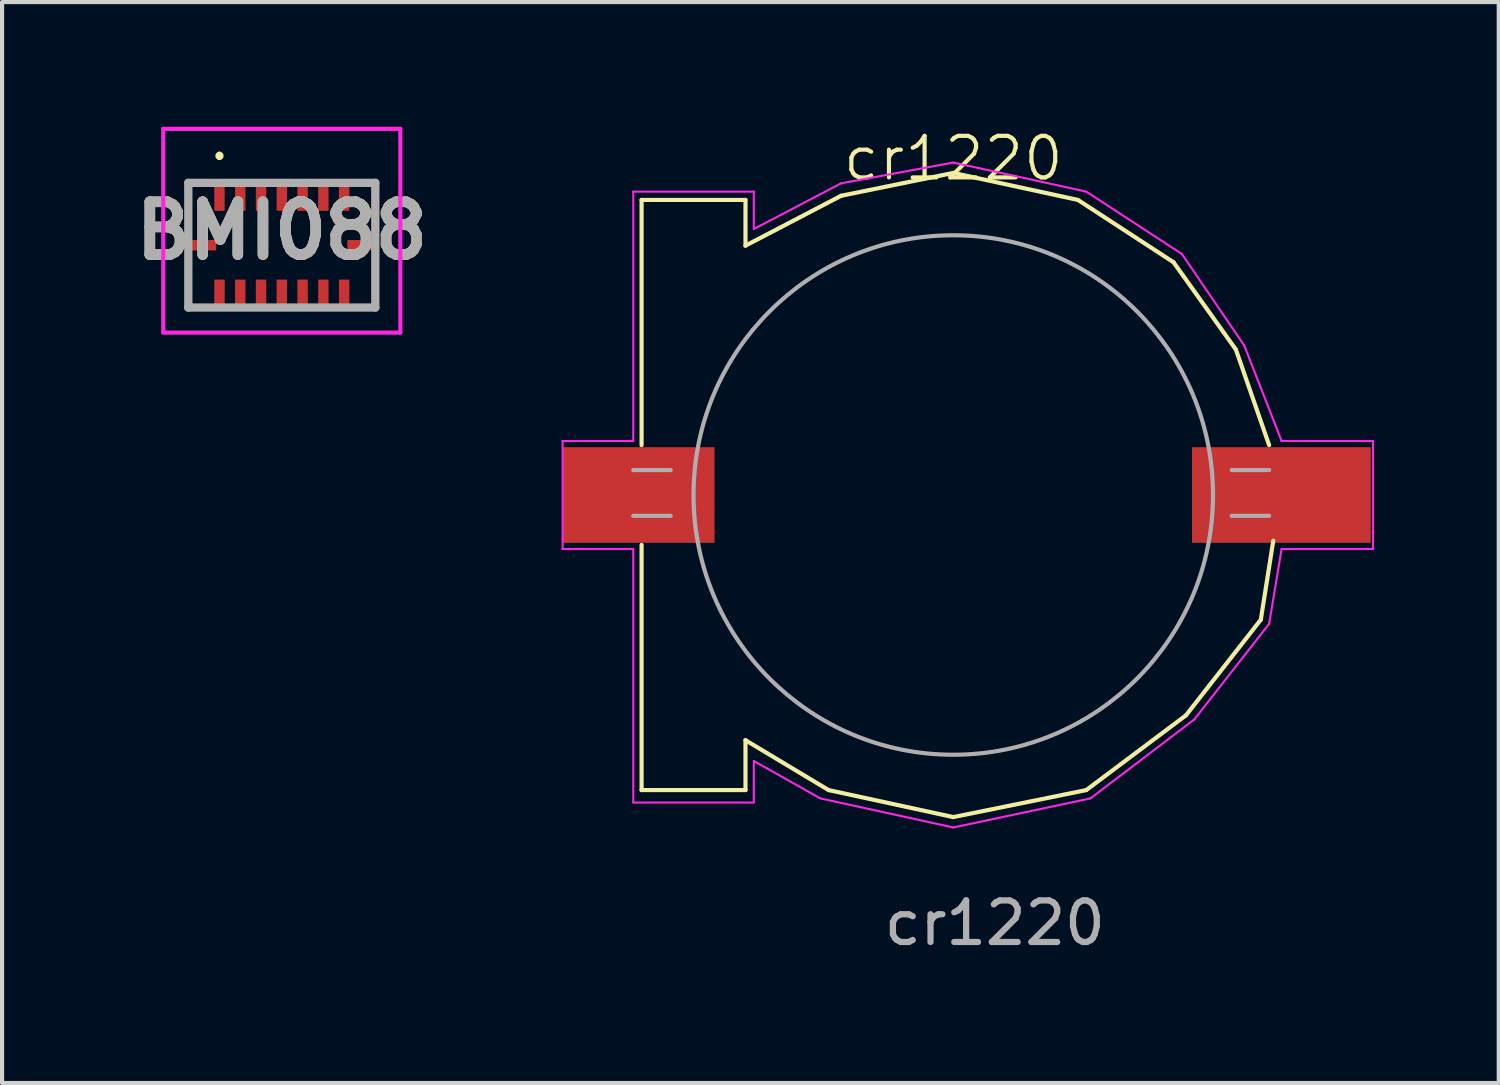
<source format=kicad_pcb>
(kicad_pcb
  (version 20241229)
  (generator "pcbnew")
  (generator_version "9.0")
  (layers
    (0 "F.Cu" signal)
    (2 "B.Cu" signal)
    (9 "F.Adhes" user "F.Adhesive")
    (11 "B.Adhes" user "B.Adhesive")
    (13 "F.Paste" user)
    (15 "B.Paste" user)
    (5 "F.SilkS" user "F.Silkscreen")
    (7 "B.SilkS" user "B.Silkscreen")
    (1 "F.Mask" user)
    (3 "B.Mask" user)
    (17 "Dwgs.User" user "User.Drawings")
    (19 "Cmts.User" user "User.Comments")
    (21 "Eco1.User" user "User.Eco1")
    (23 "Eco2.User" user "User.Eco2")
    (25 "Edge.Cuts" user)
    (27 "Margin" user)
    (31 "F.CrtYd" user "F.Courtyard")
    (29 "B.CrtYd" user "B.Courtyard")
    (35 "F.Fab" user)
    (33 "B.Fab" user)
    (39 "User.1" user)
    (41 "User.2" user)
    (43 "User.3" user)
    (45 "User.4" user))
  (footprint "cr1220"
    (layer "F.Cu")
    (at 19.888 8.861)
    (property "Reference" "cr1220" (at 0 -8.1 0) (unlocked yes) (layer "F.SilkS") (effects (font (size 1 1) (thickness 0.1))))
    (attr smd)
    (fp_line (start -7.5 -7.1) (end -7.5 -1.2) (stroke (width 0.1) (type default)) (layer "F.SilkS"))
    (fp_line (start -7.5 -7.1) (end -5 -7.1) (stroke (width 0.1) (type default)) (layer "F.SilkS"))
    (fp_line (start -7.5 1.2) (end -7.5 7.1) (stroke (width 0.1) (type default)) (layer "F.SilkS"))
    (fp_line (start -7.5 7.1) (end -5 7.1) (stroke (width 0.1) (type default)) (layer "F.SilkS"))
    (fp_line (start -5 -6) (end -5 -7.1) (stroke (width 0.1) (type default)) (layer "F.SilkS"))
    (fp_line (start -5 -6) (end -2.7 -7.2) (stroke (width 0.1) (type default)) (layer "F.SilkS"))
    (fp_line (start -5 5.9) (end -3 7.1) (stroke (width 0.1) (type default)) (layer "F.SilkS"))
    (fp_line (start -5 7.1) (end -5 5.9) (stroke (width 0.1) (type default)) (layer "F.SilkS"))
    (fp_line (start -3 7.1) (end 0 7.75) (stroke (width 0.1) (type default)) (layer "F.SilkS"))
    (fp_line (start -2.7 -7.2) (end 0 -7.75) (stroke (width 0.1) (type default)) (layer "F.SilkS"))
    (fp_line (start 0 -7.75) (end 3 -7.1) (stroke (width 0.1) (type default)) (layer "F.SilkS"))
    (fp_line (start 0 7.75) (end 3.2 7.1) (stroke (width 0.1) (type default)) (layer "F.SilkS"))
    (fp_line (start 3 -7.1) (end 5.3 -5.6) (stroke (width 0.1) (type default)) (layer "F.SilkS"))
    (fp_line (start 3.2 7.1) (end 5.6 5.3) (stroke (width 0.1) (type default)) (layer "F.SilkS"))
    (fp_line (start 5.3 -5.6) (end 6.8 -3.5) (stroke (width 0.1) (type default)) (layer "F.SilkS"))
    (fp_line (start 5.6 5.3) (end 7.4 3) (stroke (width 0.1) (type default)) (layer "F.SilkS"))
    (fp_line (start 6.8 -3.5) (end 7.6 -1.2) (stroke (width 0.1) (type default)) (layer "F.SilkS"))
    (fp_line (start 7.4 3) (end 7.7 1.1) (stroke (width 0.1) (type default)) (layer "F.SilkS"))
    (fp_line (start -9.4 -1.3) (end -7.7 -1.3) (stroke (width 0.05) (type solid)) (layer "F.CrtYd"))
    (fp_line (start -9.4 1.3) (end -9.4 -1.3) (stroke (width 0.05) (type solid)) (layer "F.CrtYd"))
    (fp_line (start -9.4 1.3) (end -7.7 1.3) (stroke (width 0.05) (type solid)) (layer "F.CrtYd"))
    (fp_line (start -7.7 -7.3) (end -4.8 -7.3) (stroke (width 0.05) (type solid)) (layer "F.CrtYd"))
    (fp_line (start -7.7 -1.3) (end -7.7 -7.3) (stroke (width 0.05) (type solid)) (layer "F.CrtYd"))
    (fp_line (start -7.7 7.4) (end -7.7 1.3) (stroke (width 0.05) (type solid)) (layer "F.CrtYd"))
    (fp_line (start -7.7 7.4) (end -4.8 7.4) (stroke (width 0.05) (type solid)) (layer "F.CrtYd"))
    (fp_line (start -4.8 -7.3) (end -4.8 -6.4) (stroke (width 0.05) (type default)) (layer "F.CrtYd"))
    (fp_line (start -4.8 -6.4) (end -2.7 -7.5) (stroke (width 0.05) (type default)) (layer "F.CrtYd"))
    (fp_line (start -4.8 7.4) (end -4.8 6.4) (stroke (width 0.05) (type default)) (layer "F.CrtYd"))
    (fp_line (start -3.2 7.3) (end -4.8 6.4) (stroke (width 0.05) (type default)) (layer "F.CrtYd"))
    (fp_line (start -2.7 -7.5) (end 0 -8) (stroke (width 0.05) (type default)) (layer "F.CrtYd"))
    (fp_line (start 0 -8) (end 3.2 -7.3) (stroke (width 0.05) (type default)) (layer "F.CrtYd"))
    (fp_line (start 0 8) (end -3.2 7.3) (stroke (width 0.05) (type default)) (layer "F.CrtYd"))
    (fp_line (start 3.2 -7.3) (end 5.5 -5.8) (stroke (width 0.05) (type default)) (layer "F.CrtYd"))
    (fp_line (start 3.3 7.3) (end 0 8) (stroke (width 0.05) (type default)) (layer "F.CrtYd"))
    (fp_line (start 5.5 -5.8) (end 7 -3.6) (stroke (width 0.05) (type default)) (layer "F.CrtYd"))
    (fp_line (start 5.8 5.4) (end 3.3 7.3) (stroke (width 0.05) (type default)) (layer "F.CrtYd"))
    (fp_line (start 7 -3.6) (end 7.9 -1.3) (stroke (width 0.05) (type default)) (layer "F.CrtYd"))
    (fp_line (start 7.6 3.1) (end 5.8 5.4) (stroke (width 0.05) (type default)) (layer "F.CrtYd"))
    (fp_line (start 7.9 -1.3) (end 10.1 -1.3) (stroke (width 0.05) (type solid)) (layer "F.CrtYd"))
    (fp_line (start 7.9 1.3) (end 7.6 3.1) (stroke (width 0.05) (type default)) (layer "F.CrtYd"))
    (fp_line (start 10.1 -1.3) (end 10.1 1.3) (stroke (width 0.05) (type solid)) (layer "F.CrtYd"))
    (fp_line (start 10.1 1.3) (end 7.9 1.3) (stroke (width 0.05) (type solid)) (layer "F.CrtYd"))
    (fp_line (start -7.7 -0.6) (end -6.8 -0.6) (stroke (width 0.1) (type solid)) (layer "F.Fab"))
    (fp_line (start -6.8 0.5) (end -7.7 0.5) (stroke (width 0.1) (type solid)) (layer "F.Fab"))
    (fp_line (start 6.7 -0.6) (end 7.6 -0.6) (stroke (width 0.1) (type solid)) (layer "F.Fab"))
    (fp_line (start 7.6 0.5) (end 6.7 0.5) (stroke (width 0.1) (type solid)) (layer "F.Fab"))
    (fp_circle (center 0 0) (end 6.25 0) (stroke (width 0.1) (type solid)) (fill no) (layer "F.Fab"))
    (fp_text user "${REFERENCE}" (at 1 10.3 0) (unlocked yes) (layer "F.Fab") (effects (font (size 1 1) (thickness 0.15))))
    (pad "1" smd rect (at -7.575 0) (size 3.66 2.3) (layers "F.Cu" "F.Mask" "F.Paste"))
    (pad "2" smd rect (at 7.895 0) (size 4.3 2.3) (layers "F.Cu" "F.Mask" "F.Paste")))
  (footprint "BMI088"
    (layer "F.Cu")
    (at 3.731 2.85)
    (property "Reference" "BMI088" (at 0 -0.349 0) (layer "F.SilkS") (effects (font (size 1.27 1.27) (thickness 0.254))))
    (attr smd)
    (fp_line (start -2.25 -1.5) (end -1.915 -1.5) (stroke (width 0.1) (type solid)) (layer "F.SilkS"))
    (fp_line (start -2.25 -0.5) (end -2.25 -1.5) (stroke (width 0.1) (type solid)) (layer "F.SilkS"))
    (fp_line (start -2.25 0.5) (end -2.25 0.5) (stroke (width 0.1) (type solid)) (layer "F.SilkS"))
    (fp_line (start -2.25 1.5) (end -2.25 0.5) (stroke (width 0.1) (type solid)) (layer "F.SilkS"))
    (fp_line (start -1.915 1.5) (end -2.25 1.5) (stroke (width 0.1) (type solid)) (layer "F.SilkS"))
    (fp_line (start -1.5 -2.2) (end -1.5 -2.2) (stroke (width 0.1) (type solid)) (layer "F.SilkS"))
    (fp_line (start -1.5 -2.1) (end -1.5 -2.1) (stroke (width 0.1) (type solid)) (layer "F.SilkS"))
    (fp_line (start 1.915 -1.5) (end 2.25 -1.5) (stroke (width 0.1) (type solid)) (layer "F.SilkS"))
    (fp_line (start 2 1.5) (end 2.25 1.5) (stroke (width 0.1) (type solid)) (layer "F.SilkS"))
    (fp_line (start 2.25 -1.5) (end 2.25 -0.5) (stroke (width 0.1) (type solid)) (layer "F.SilkS"))
    (fp_line (start 2.25 1.5) (end 2.25 0.5) (stroke (width 0.1) (type solid)) (layer "F.SilkS"))
    (fp_arc (start -1.5 -2.2) (mid -1.45 -2.15) (end -1.5 -2.1) (stroke (width 0.1) (type solid)) (layer "F.SilkS"))
    (fp_arc (start -1.5 -2.1) (mid -1.55 -2.15) (end -1.5 -2.2) (stroke (width 0.1) (type solid)) (layer "F.SilkS"))
    (fp_line (start -2.852 -2.8) (end 2.852 -2.8) (stroke (width 0.1) (type solid)) (layer "F.CrtYd"))
    (fp_line (start -2.852 2.103) (end -2.852 -2.8) (stroke (width 0.1) (type solid)) (layer "F.CrtYd"))
    (fp_line (start 2.852 -2.8) (end 2.852 2.103) (stroke (width 0.1) (type solid)) (layer "F.CrtYd"))
    (fp_line (start 2.852 2.103) (end -2.852 2.103) (stroke (width 0.1) (type solid)) (layer "F.CrtYd"))
    (fp_line (start -2.25 -1.5) (end 2.25 -1.5) (stroke (width 0.2) (type solid)) (layer "F.Fab"))
    (fp_line (start -2.25 1.5) (end -2.25 -1.5) (stroke (width 0.2) (type solid)) (layer "F.Fab"))
    (fp_line (start 2.25 -1.5) (end 2.25 1.5) (stroke (width 0.2) (type solid)) (layer "F.Fab"))
    (fp_line (start 2.25 1.5) (end -2.25 1.5) (stroke (width 0.2) (type solid)) (layer "F.Fab"))
    (fp_text user "${REFERENCE}" (at 0 -0.349 0) (layer "F.Fab") (effects (font (size 1.27 1.27) (thickness 0.254))))
    (pad "1" smd rect (at -1.5 -1.165) (size 0.25 0.675) (layers "F.Cu" "F.Mask" "F.Paste"))
    (pad "2" smd rect (at -1 -1.165) (size 0.25 0.675) (layers "F.Cu" "F.Mask" "F.Paste"))
    (pad "3" smd rect (at -0.5 -1.165) (size 0.25 0.675) (layers "F.Cu" "F.Mask" "F.Paste"))
    (pad "4" smd rect (at 0 -1.165) (size 0.25 0.675) (layers "F.Cu" "F.Mask" "F.Paste"))
    (pad "5" smd rect (at 0.5 -1.165) (size 0.25 0.675) (layers "F.Cu" "F.Mask" "F.Paste"))
    (pad "6" smd rect (at 1 -1.165) (size 0.25 0.675) (layers "F.Cu" "F.Mask" "F.Paste"))
    (pad "7" smd rect (at 1.5 -1.165) (size 0.25 0.675) (layers "F.Cu" "F.Mask" "F.Paste"))
    (pad "8" smd rect (at 1.915 0 90) (size 0.25 0.675) (layers "F.Cu" "F.Mask" "F.Paste"))
    (pad "9" smd rect (at 1.5 1.165) (size 0.25 0.675) (layers "F.Cu" "F.Mask" "F.Paste"))
    (pad "10" smd rect (at 1 1.165) (size 0.25 0.675) (layers "F.Cu" "F.Mask" "F.Paste"))
    (pad "11" smd rect (at 0.5 1.165) (size 0.25 0.675) (layers "F.Cu" "F.Mask" "F.Paste"))
    (pad "12" smd rect (at 0 1.165) (size 0.25 0.675) (layers "F.Cu" "F.Mask" "F.Paste"))
    (pad "13" smd rect (at -0.5 1.165) (size 0.25 0.675) (layers "F.Cu" "F.Mask" "F.Paste"))
    (pad "14" smd rect (at -1 1.165) (size 0.25 0.675) (layers "F.Cu" "F.Mask" "F.Paste"))
    (pad "15" smd rect (at -1.5 1.165) (size 0.25 0.675) (layers "F.Cu" "F.Mask" "F.Paste"))
    (pad "16" smd rect (at -1.915 0 90) (size 0.25 0.675) (layers "F.Cu" "F.Mask" "F.Paste")))
  (gr_rect
    (start -3 -3)
    (end 33.013 23.009)
    (stroke (width 0.1) (type default))
    (fill no)
    (layer "Edge.Cuts")))
</source>
